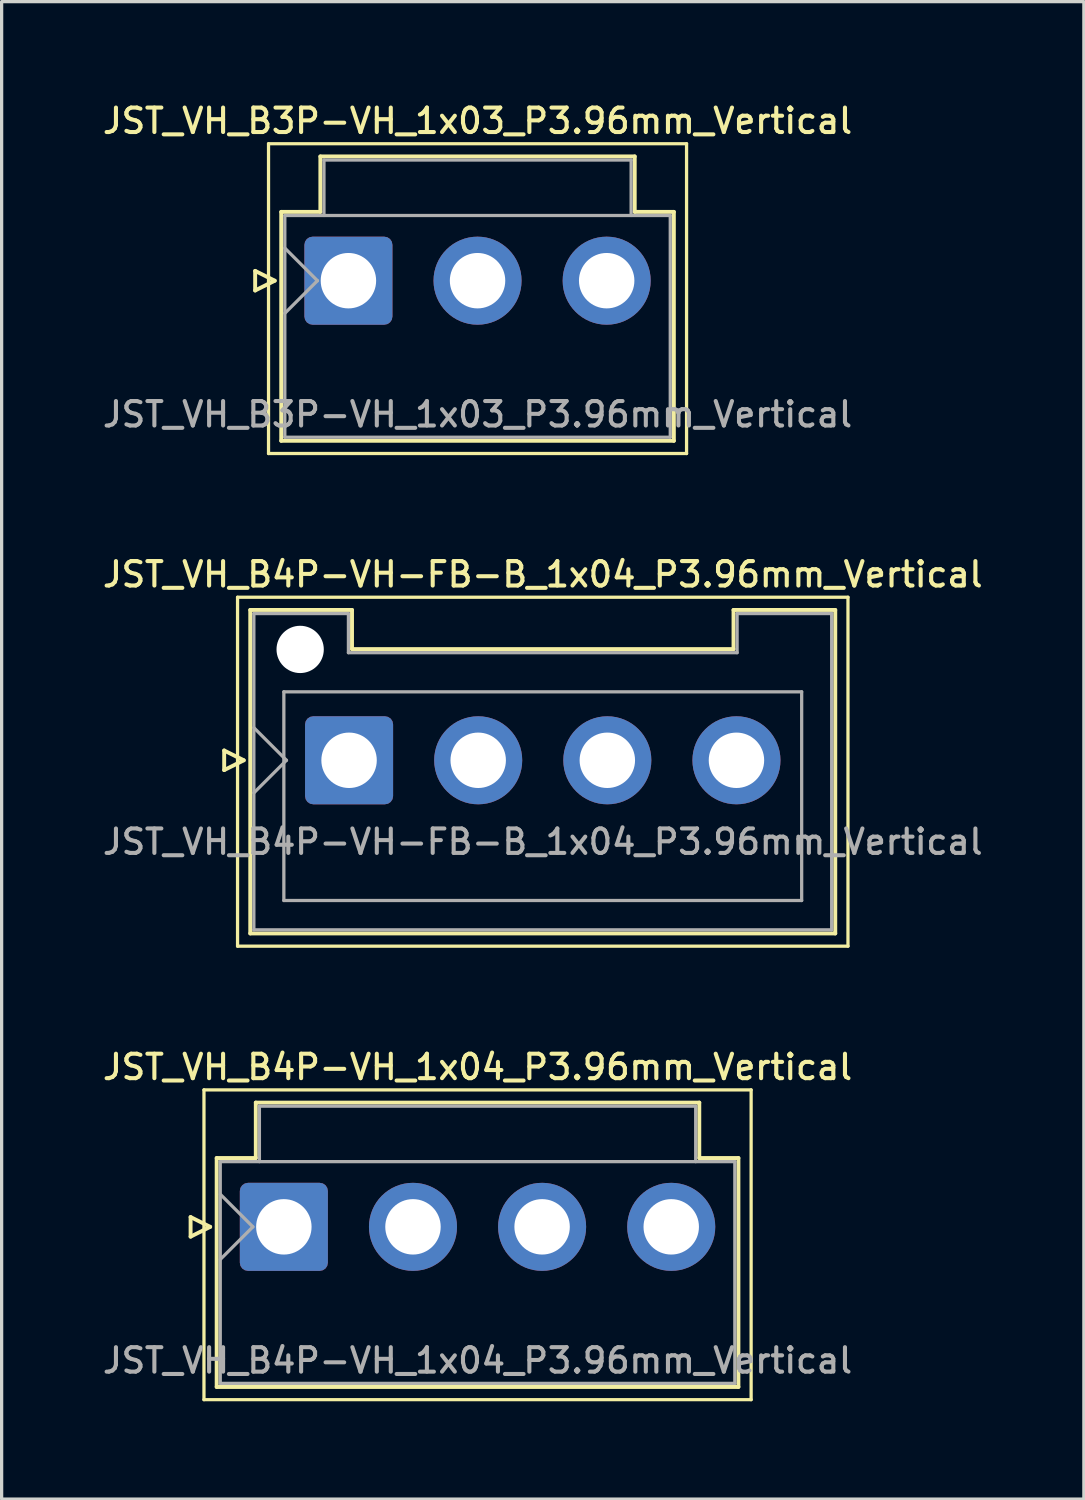
<source format=kicad_pcb>
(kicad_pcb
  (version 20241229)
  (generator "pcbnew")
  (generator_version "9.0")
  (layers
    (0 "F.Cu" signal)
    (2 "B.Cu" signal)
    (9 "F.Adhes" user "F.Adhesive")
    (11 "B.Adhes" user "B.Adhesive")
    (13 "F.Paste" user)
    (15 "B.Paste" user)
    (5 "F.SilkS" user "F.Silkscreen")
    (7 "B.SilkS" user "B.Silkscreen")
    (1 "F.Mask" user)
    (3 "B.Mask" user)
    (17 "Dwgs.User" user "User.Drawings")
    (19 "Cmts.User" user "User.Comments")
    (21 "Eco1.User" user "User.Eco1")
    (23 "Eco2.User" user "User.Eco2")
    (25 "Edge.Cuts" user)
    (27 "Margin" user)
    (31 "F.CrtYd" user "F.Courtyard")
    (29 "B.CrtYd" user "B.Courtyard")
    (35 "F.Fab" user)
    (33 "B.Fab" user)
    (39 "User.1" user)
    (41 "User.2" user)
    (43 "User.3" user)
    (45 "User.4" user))
  (footprint "JST_VH_B3P-VH_1x03_P3.96mm_Vertical"
    (layer "F.Cu")
    (at 7.635 5.558)
    (property "Reference" "JST_VH_B3P-VH_1x03_P3.96mm_Vertical" (at 3.96 -4.9 0) (layer "F.SilkS") (effects (font (size 0.75 0.75) (thickness 0.125))))
    (attr through_hole)
    (fp_line (start -2.86 -0.3) (end -2.26 0) (stroke (width 0.12) (type solid)) (layer "F.SilkS"))
    (fp_line (start -2.86 0.3) (end -2.86 -0.3) (stroke (width 0.12) (type solid)) (layer "F.SilkS"))
    (fp_line (start -2.45 -4.2) (end -2.45 5.3) (stroke (width 0.1) (type solid)) (layer "F.SilkS"))
    (fp_line (start -2.45 5.3) (end 10.37 5.3) (stroke (width 0.1) (type solid)) (layer "F.SilkS"))
    (fp_line (start -2.26 0) (end -2.86 0.3) (stroke (width 0.12) (type solid)) (layer "F.SilkS"))
    (fp_line (start -2.06 -2.11) (end -0.86 -2.11) (stroke (width 0.12) (type solid)) (layer "F.SilkS"))
    (fp_line (start -2.06 4.91) (end -2.06 -2.11) (stroke (width 0.12) (type solid)) (layer "F.SilkS"))
    (fp_line (start -0.86 -3.81) (end 8.78 -3.81) (stroke (width 0.12) (type solid)) (layer "F.SilkS"))
    (fp_line (start -0.86 -2.11) (end -0.86 -3.81) (stroke (width 0.12) (type solid)) (layer "F.SilkS"))
    (fp_line (start 8.78 -3.81) (end 8.78 -2.11) (stroke (width 0.12) (type solid)) (layer "F.SilkS"))
    (fp_line (start 8.78 -2.11) (end 9.98 -2.11) (stroke (width 0.12) (type solid)) (layer "F.SilkS"))
    (fp_line (start 9.98 -2.11) (end 9.98 4.91) (stroke (width 0.12) (type solid)) (layer "F.SilkS"))
    (fp_line (start 9.98 4.91) (end -2.06 4.91) (stroke (width 0.12) (type solid)) (layer "F.SilkS"))
    (fp_line (start 10.37 -4.2) (end -2.45 -4.2) (stroke (width 0.1) (type solid)) (layer "F.SilkS"))
    (fp_line (start 10.37 5.3) (end 10.37 -4.2) (stroke (width 0.1) (type solid)) (layer "F.SilkS"))
    (fp_line (start -1.95 -2) (end -1.95 4.8) (stroke (width 0.1) (type solid)) (layer "F.Fab"))
    (fp_line (start -1.95 -1) (end -0.95 0) (stroke (width 0.1) (type solid)) (layer "F.Fab"))
    (fp_line (start -1.95 1) (end -0.95 0) (stroke (width 0.1) (type solid)) (layer "F.Fab"))
    (fp_line (start -1.95 4.8) (end 9.87 4.8) (stroke (width 0.1) (type solid)) (layer "F.Fab"))
    (fp_line (start -0.75 -3.7) (end 8.67 -3.7) (stroke (width 0.1) (type solid)) (layer "F.Fab"))
    (fp_line (start -0.75 -2) (end -0.75 -3.7) (stroke (width 0.1) (type solid)) (layer "F.Fab"))
    (fp_line (start 8.67 -3.7) (end 8.67 -2) (stroke (width 0.1) (type solid)) (layer "F.Fab"))
    (fp_line (start 9.87 -2) (end -1.95 -2) (stroke (width 0.1) (type solid)) (layer "F.Fab"))
    (fp_line (start 9.87 4.8) (end 9.87 -2) (stroke (width 0.1) (type solid)) (layer "F.Fab"))
    (fp_text user "${REFERENCE}" (at 3.96 4.1 0) (layer "F.Fab") (effects (font (size 0.75 0.75) (thickness 0.125))))
    (pad "1" thru_hole roundrect (at 0 0) (size 2.7 2.7) (drill 1.7) (layers "*.Cu" "*.Mask") (roundrect_rratio 0.093))
    (pad "2" thru_hole circle (at 3.96 0) (size 2.7 2.7) (drill 1.7) (layers "*.Cu" "*.Mask"))
    (pad "3" thru_hole circle (at 7.92 0) (size 2.7 2.7) (drill 1.7) (layers "*.Cu" "*.Mask")))
  (footprint "JST_VH_B4P-VH-FB-B_1x04_P3.96mm_Vertical"
    (layer "F.Cu")
    (at 7.655 20.266)
    (property "Reference" "JST_VH_B4P-VH-FB-B_1x04_P3.96mm_Vertical" (at 5.94 -5.7 0) (layer "F.SilkS") (effects (font (size 0.75 0.75) (thickness 0.125))))
    (attr through_hole)
    (fp_line (start -3.83 -0.3) (end -3.23 0) (stroke (width 0.12) (type solid)) (layer "F.SilkS"))
    (fp_line (start -3.83 0.3) (end -3.83 -0.3) (stroke (width 0.12) (type solid)) (layer "F.SilkS"))
    (fp_line (start -3.42 -5) (end -3.42 5.7) (stroke (width 0.1) (type solid)) (layer "F.SilkS"))
    (fp_line (start -3.42 5.7) (end 15.3 5.7) (stroke (width 0.1) (type solid)) (layer "F.SilkS"))
    (fp_line (start -3.23 0) (end -3.83 0.3) (stroke (width 0.12) (type solid)) (layer "F.SilkS"))
    (fp_line (start -3.03 -4.61) (end 0.09 -4.61) (stroke (width 0.12) (type solid)) (layer "F.SilkS"))
    (fp_line (start -3.03 5.31) (end -3.03 -4.61) (stroke (width 0.12) (type solid)) (layer "F.SilkS"))
    (fp_line (start 0.09 -4.61) (end 0.09 -3.41) (stroke (width 0.12) (type solid)) (layer "F.SilkS"))
    (fp_line (start 0.09 -3.41) (end 11.79 -3.41) (stroke (width 0.12) (type solid)) (layer "F.SilkS"))
    (fp_line (start 11.79 -4.61) (end 14.91 -4.61) (stroke (width 0.12) (type solid)) (layer "F.SilkS"))
    (fp_line (start 11.79 -3.41) (end 11.79 -4.61) (stroke (width 0.12) (type solid)) (layer "F.SilkS"))
    (fp_line (start 14.91 -4.61) (end 14.91 5.31) (stroke (width 0.12) (type solid)) (layer "F.SilkS"))
    (fp_line (start 14.91 5.31) (end -3.03 5.31) (stroke (width 0.12) (type solid)) (layer "F.SilkS"))
    (fp_line (start 15.3 -5) (end -3.42 -5) (stroke (width 0.1) (type solid)) (layer "F.SilkS"))
    (fp_line (start 15.3 5.7) (end 15.3 -5) (stroke (width 0.1) (type solid)) (layer "F.SilkS"))
    (fp_line (start -2.92 -4.5) (end -0.02 -4.5) (stroke (width 0.1) (type solid)) (layer "F.Fab"))
    (fp_line (start -2.92 -1) (end -1.92 0) (stroke (width 0.1) (type solid)) (layer "F.Fab"))
    (fp_line (start -2.92 1) (end -1.92 0) (stroke (width 0.1) (type solid)) (layer "F.Fab"))
    (fp_line (start -2.92 5.2) (end -2.92 -4.5) (stroke (width 0.1) (type solid)) (layer "F.Fab"))
    (fp_line (start -2 -2.1) (end 13.88 -2.1) (stroke (width 0.1) (type solid)) (layer "F.Fab"))
    (fp_line (start -2 4.3) (end -2 -2.1) (stroke (width 0.1) (type solid)) (layer "F.Fab"))
    (fp_line (start -0.02 -4.5) (end -0.02 -3.3) (stroke (width 0.1) (type solid)) (layer "F.Fab"))
    (fp_line (start -0.02 -3.3) (end 11.9 -3.3) (stroke (width 0.1) (type solid)) (layer "F.Fab"))
    (fp_line (start 11.9 -4.5) (end 14.8 -4.5) (stroke (width 0.1) (type solid)) (layer "F.Fab"))
    (fp_line (start 11.9 -3.3) (end 11.9 -4.5) (stroke (width 0.1) (type solid)) (layer "F.Fab"))
    (fp_line (start 13.88 -2.1) (end 13.88 4.3) (stroke (width 0.1) (type solid)) (layer "F.Fab"))
    (fp_line (start 13.88 4.3) (end -2 4.3) (stroke (width 0.1) (type solid)) (layer "F.Fab"))
    (fp_line (start 14.8 -4.5) (end 14.8 5.2) (stroke (width 0.1) (type solid)) (layer "F.Fab"))
    (fp_line (start 14.8 5.2) (end -2.92 5.2) (stroke (width 0.1) (type solid)) (layer "F.Fab"))
    (fp_text user "${REFERENCE}" (at 5.94 2.5 0) (layer "F.Fab") (effects (font (size 0.75 0.75) (thickness 0.125))))
    (pad "" np_thru_hole circle (at -1.5 -3.4) (size 1.45 1.45) (drill 1.45) (layers "*.Cu" "*.Mask"))
    (pad "1" thru_hole roundrect (at 0 0) (size 2.7 2.7) (drill 1.7) (layers "*.Cu" "*.Mask") (roundrect_rratio 0.093))
    (pad "2" thru_hole circle (at 3.96 0) (size 2.7 2.7) (drill 1.7) (layers "*.Cu" "*.Mask"))
    (pad "3" thru_hole circle (at 7.92 0) (size 2.7 2.7) (drill 1.7) (layers "*.Cu" "*.Mask"))
    (pad "4" thru_hole circle (at 11.88 0) (size 2.7 2.7) (drill 1.7) (layers "*.Cu" "*.Mask")))
  (footprint "JST_VH_B4P-VH_1x04_P3.96mm_Vertical"
    (layer "F.Cu")
    (at 5.655 34.574)
    (property "Reference" "JST_VH_B4P-VH_1x04_P3.96mm_Vertical" (at 5.94 -4.9 0) (layer "F.SilkS") (effects (font (size 0.75 0.75) (thickness 0.125))))
    (attr through_hole)
    (fp_line (start -2.86 -0.3) (end -2.26 0) (stroke (width 0.12) (type solid)) (layer "F.SilkS"))
    (fp_line (start -2.86 0.3) (end -2.86 -0.3) (stroke (width 0.12) (type solid)) (layer "F.SilkS"))
    (fp_line (start -2.45 -4.2) (end -2.45 5.3) (stroke (width 0.1) (type solid)) (layer "F.SilkS"))
    (fp_line (start -2.45 5.3) (end 14.33 5.3) (stroke (width 0.1) (type solid)) (layer "F.SilkS"))
    (fp_line (start -2.26 0) (end -2.86 0.3) (stroke (width 0.12) (type solid)) (layer "F.SilkS"))
    (fp_line (start -2.06 -2.11) (end -0.86 -2.11) (stroke (width 0.12) (type solid)) (layer "F.SilkS"))
    (fp_line (start -2.06 4.91) (end -2.06 -2.11) (stroke (width 0.12) (type solid)) (layer "F.SilkS"))
    (fp_line (start -0.86 -3.81) (end 12.74 -3.81) (stroke (width 0.12) (type solid)) (layer "F.SilkS"))
    (fp_line (start -0.86 -2.11) (end -0.86 -3.81) (stroke (width 0.12) (type solid)) (layer "F.SilkS"))
    (fp_line (start 12.74 -3.81) (end 12.74 -2.11) (stroke (width 0.12) (type solid)) (layer "F.SilkS"))
    (fp_line (start 12.74 -2.11) (end 13.94 -2.11) (stroke (width 0.12) (type solid)) (layer "F.SilkS"))
    (fp_line (start 13.94 -2.11) (end 13.94 4.91) (stroke (width 0.12) (type solid)) (layer "F.SilkS"))
    (fp_line (start 13.94 4.91) (end -2.06 4.91) (stroke (width 0.12) (type solid)) (layer "F.SilkS"))
    (fp_line (start 14.33 -4.2) (end -2.45 -4.2) (stroke (width 0.1) (type solid)) (layer "F.SilkS"))
    (fp_line (start 14.33 5.3) (end 14.33 -4.2) (stroke (width 0.1) (type solid)) (layer "F.SilkS"))
    (fp_line (start -1.95 -2) (end -1.95 4.8) (stroke (width 0.1) (type solid)) (layer "F.Fab"))
    (fp_line (start -1.95 -1) (end -0.95 0) (stroke (width 0.1) (type solid)) (layer "F.Fab"))
    (fp_line (start -1.95 1) (end -0.95 0) (stroke (width 0.1) (type solid)) (layer "F.Fab"))
    (fp_line (start -1.95 4.8) (end 13.83 4.8) (stroke (width 0.1) (type solid)) (layer "F.Fab"))
    (fp_line (start -0.75 -3.7) (end 12.63 -3.7) (stroke (width 0.1) (type solid)) (layer "F.Fab"))
    (fp_line (start -0.75 -2) (end -0.75 -3.7) (stroke (width 0.1) (type solid)) (layer "F.Fab"))
    (fp_line (start 12.63 -3.7) (end 12.63 -2) (stroke (width 0.1) (type solid)) (layer "F.Fab"))
    (fp_line (start 13.83 -2) (end -1.95 -2) (stroke (width 0.1) (type solid)) (layer "F.Fab"))
    (fp_line (start 13.83 4.8) (end 13.83 -2) (stroke (width 0.1) (type solid)) (layer "F.Fab"))
    (fp_text user "${REFERENCE}" (at 5.94 4.1 0) (layer "F.Fab") (effects (font (size 0.75 0.75) (thickness 0.125))))
    (pad "1" thru_hole roundrect (at 0 0) (size 2.7 2.7) (drill 1.7) (layers "*.Cu" "*.Mask") (roundrect_rratio 0.093))
    (pad "2" thru_hole circle (at 3.96 0) (size 2.7 2.7) (drill 1.7) (layers "*.Cu" "*.Mask"))
    (pad "3" thru_hole circle (at 7.92 0) (size 2.7 2.7) (drill 1.7) (layers "*.Cu" "*.Mask"))
    (pad "4" thru_hole circle (at 11.88 0) (size 2.7 2.7) (drill 1.7) (layers "*.Cu" "*.Mask")))
  (gr_rect
    (start -3 -3)
    (end 30.189 42.924)
    (stroke (width 0.1) (type default))
    (fill no)
    (layer "Edge.Cuts")))
</source>
